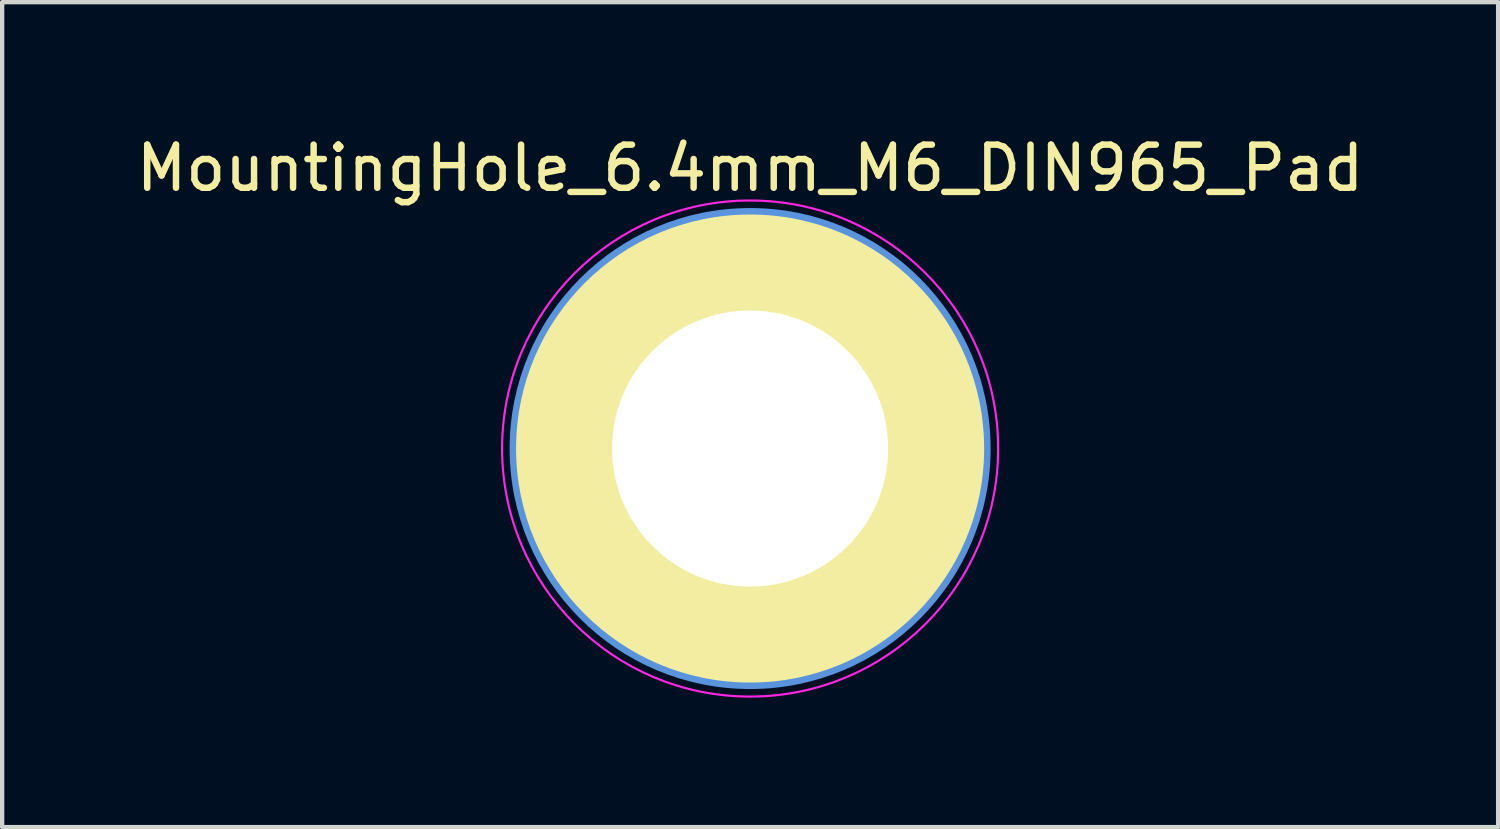
<source format=kicad_pcb>
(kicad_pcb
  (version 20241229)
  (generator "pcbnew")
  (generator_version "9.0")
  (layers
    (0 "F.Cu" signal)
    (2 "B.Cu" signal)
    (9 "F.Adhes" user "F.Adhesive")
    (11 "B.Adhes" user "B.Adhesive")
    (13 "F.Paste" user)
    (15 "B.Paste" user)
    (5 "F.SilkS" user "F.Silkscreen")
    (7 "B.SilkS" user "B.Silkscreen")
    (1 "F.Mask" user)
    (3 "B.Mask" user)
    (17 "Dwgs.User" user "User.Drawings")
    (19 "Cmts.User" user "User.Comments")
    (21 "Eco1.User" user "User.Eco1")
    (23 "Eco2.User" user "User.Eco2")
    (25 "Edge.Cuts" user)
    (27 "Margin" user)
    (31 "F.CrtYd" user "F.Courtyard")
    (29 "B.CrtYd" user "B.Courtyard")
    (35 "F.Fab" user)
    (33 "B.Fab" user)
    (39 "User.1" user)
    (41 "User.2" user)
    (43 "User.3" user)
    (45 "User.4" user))
  (footprint "MountingHole_6.4mm_M6_DIN965_Pad"
    (layer "F.Cu")
    (at 14.339 7.348)
    (property "Reference" "MountingHole_6.4mm_M6_DIN965_Pad" (at 0 -6.5 0) (layer "F.SilkS") (effects (font (size 1 1) (thickness 0.15))))
    (attr through_hole)
    (fp_circle (center 0 0) (end 5.5 0) (stroke (width 0.15) (type solid)) (fill no) (layer "Cmts.User"))
    (fp_circle (center 0 0) (end 5.75 0) (stroke (width 0.05) (type solid)) (fill no) (layer "F.CrtYd"))
    (pad "1" thru_hole circle (at 0 0) (size 11 11) (drill 6.4) (layers "*.Cu" "*.Mask" "F.SilkS")))
  (gr_rect
    (start -3 -3)
    (end 31.679 16.123)
    (stroke (width 0.1) (type default))
    (fill no)
    (layer "Edge.Cuts")))
</source>
